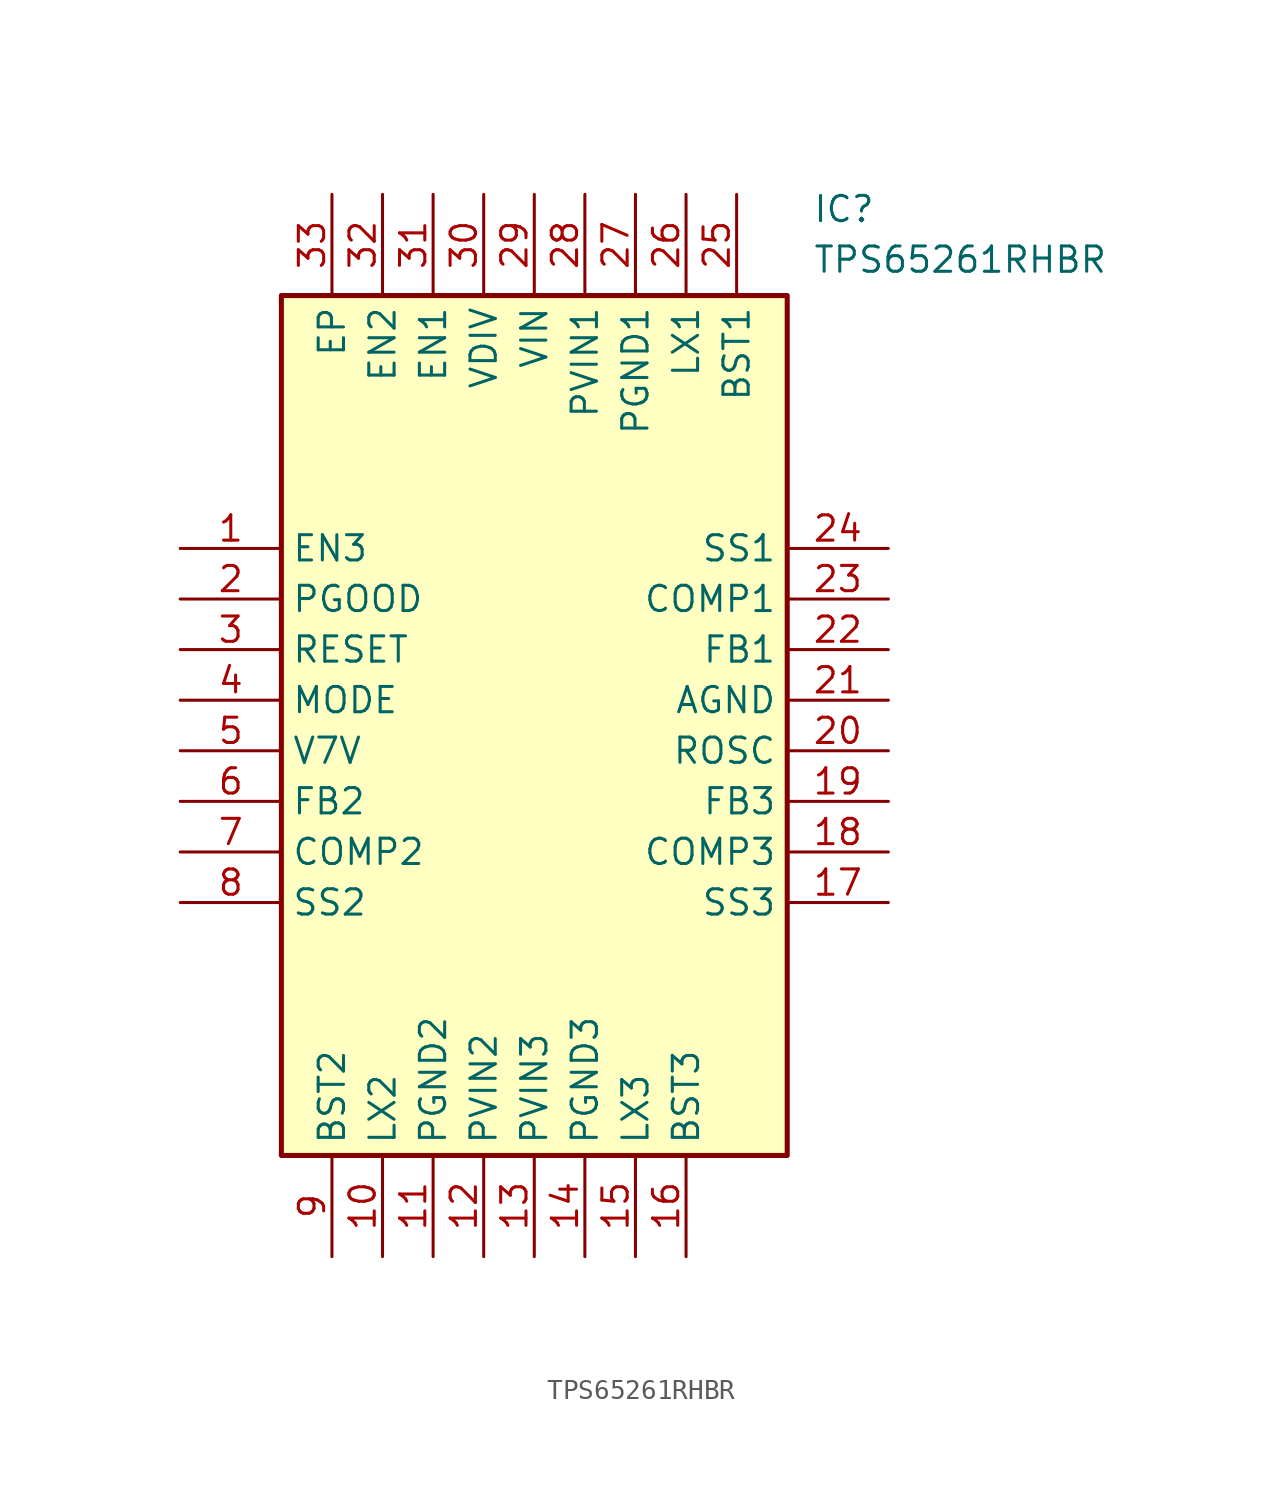
<source format=kicad_sym>
(kicad_symbol_lib
  (version 20211014)
  (generator SamacSys_ECAD_Model)
  (symbol "TPS65261RHBR"
    (property "Reference" "IC"
      (at 31.75 17.78 0)
      (effects (font (size 1.27 1.27)) (justify left top)))
    (property "Value" "TPS65261RHBR"
      (at 31.75 15.24 0)
      (effects (font (size 1.27 1.27)) (justify left top)))
    (rectangle
      (start 5.08 12.7)
      (end 30.48 -30.48)
      (stroke (width 0.254) (type default))
      (fill (type background)))
    (pin passive line
      (at 0 0 0)
      (length 5.08)
      (name "EN3" (effects (font (size 1.27 1.27))))
      (number "1" (effects (font (size 1.27 1.27)))))
    (pin passive line
      (at 0 -2.54 0)
      (length 5.08)
      (name "PGOOD" (effects (font (size 1.27 1.27))))
      (number "2" (effects (font (size 1.27 1.27)))))
    (pin passive line
      (at 0 -5.08 0)
      (length 5.08)
      (name "RESET" (effects (font (size 1.27 1.27))))
      (number "3" (effects (font (size 1.27 1.27)))))
    (pin passive line
      (at 0 -7.62 0)
      (length 5.08)
      (name "MODE" (effects (font (size 1.27 1.27))))
      (number "4" (effects (font (size 1.27 1.27)))))
    (pin passive line
      (at 0 -10.16 0)
      (length 5.08)
      (name "V7V" (effects (font (size 1.27 1.27))))
      (number "5" (effects (font (size 1.27 1.27)))))
    (pin passive line
      (at 0 -12.7 0)
      (length 5.08)
      (name "FB2" (effects (font (size 1.27 1.27))))
      (number "6" (effects (font (size 1.27 1.27)))))
    (pin passive line
      (at 0 -15.24 0)
      (length 5.08)
      (name "COMP2" (effects (font (size 1.27 1.27))))
      (number "7" (effects (font (size 1.27 1.27)))))
    (pin passive line
      (at 0 -17.78 0)
      (length 5.08)
      (name "SS2" (effects (font (size 1.27 1.27))))
      (number "8" (effects (font (size 1.27 1.27)))))
    (pin passive line
      (at 7.62 -35.56 90)
      (length 5.08)
      (name "BST2" (effects (font (size 1.27 1.27))))
      (number "9" (effects (font (size 1.27 1.27)))))
    (pin passive line
      (at 10.16 -35.56 90)
      (length 5.08)
      (name "LX2" (effects (font (size 1.27 1.27))))
      (number "10" (effects (font (size 1.27 1.27)))))
    (pin passive line
      (at 12.7 -35.56 90)
      (length 5.08)
      (name "PGND2" (effects (font (size 1.27 1.27))))
      (number "11" (effects (font (size 1.27 1.27)))))
    (pin passive line
      (at 15.24 -35.56 90)
      (length 5.08)
      (name "PVIN2" (effects (font (size 1.27 1.27))))
      (number "12" (effects (font (size 1.27 1.27)))))
    (pin passive line
      (at 17.78 -35.56 90)
      (length 5.08)
      (name "PVIN3" (effects (font (size 1.27 1.27))))
      (number "13" (effects (font (size 1.27 1.27)))))
    (pin passive line
      (at 20.32 -35.56 90)
      (length 5.08)
      (name "PGND3" (effects (font (size 1.27 1.27))))
      (number "14" (effects (font (size 1.27 1.27)))))
    (pin passive line
      (at 22.86 -35.56 90)
      (length 5.08)
      (name "LX3" (effects (font (size 1.27 1.27))))
      (number "15" (effects (font (size 1.27 1.27)))))
    (pin passive line
      (at 25.4 -35.56 90)
      (length 5.08)
      (name "BST3" (effects (font (size 1.27 1.27))))
      (number "16" (effects (font (size 1.27 1.27)))))
    (pin passive line
      (at 35.56 0 180)
      (length 5.08)
      (name "SS1" (effects (font (size 1.27 1.27))))
      (number "24" (effects (font (size 1.27 1.27)))))
    (pin passive line
      (at 35.56 -2.54 180)
      (length 5.08)
      (name "COMP1" (effects (font (size 1.27 1.27))))
      (number "23" (effects (font (size 1.27 1.27)))))
    (pin passive line
      (at 35.56 -5.08 180)
      (length 5.08)
      (name "FB1" (effects (font (size 1.27 1.27))))
      (number "22" (effects (font (size 1.27 1.27)))))
    (pin passive line
      (at 35.56 -7.62 180)
      (length 5.08)
      (name "AGND" (effects (font (size 1.27 1.27))))
      (number "21" (effects (font (size 1.27 1.27)))))
    (pin passive line
      (at 35.56 -10.16 180)
      (length 5.08)
      (name "ROSC" (effects (font (size 1.27 1.27))))
      (number "20" (effects (font (size 1.27 1.27)))))
    (pin passive line
      (at 35.56 -12.7 180)
      (length 5.08)
      (name "FB3" (effects (font (size 1.27 1.27))))
      (number "19" (effects (font (size 1.27 1.27)))))
    (pin passive line
      (at 35.56 -15.24 180)
      (length 5.08)
      (name "COMP3" (effects (font (size 1.27 1.27))))
      (number "18" (effects (font (size 1.27 1.27)))))
    (pin passive line
      (at 35.56 -17.78 180)
      (length 5.08)
      (name "SS3" (effects (font (size 1.27 1.27))))
      (number "17" (effects (font (size 1.27 1.27)))))
    (pin passive line
      (at 7.62 17.78 270)
      (length 5.08)
      (name "EP" (effects (font (size 1.27 1.27))))
      (number "33" (effects (font (size 1.27 1.27)))))
    (pin passive line
      (at 10.16 17.78 270)
      (length 5.08)
      (name "EN2" (effects (font (size 1.27 1.27))))
      (number "32" (effects (font (size 1.27 1.27)))))
    (pin passive line
      (at 12.7 17.78 270)
      (length 5.08)
      (name "EN1" (effects (font (size 1.27 1.27))))
      (number "31" (effects (font (size 1.27 1.27)))))
    (pin passive line
      (at 15.24 17.78 270)
      (length 5.08)
      (name "VDIV" (effects (font (size 1.27 1.27))))
      (number "30" (effects (font (size 1.27 1.27)))))
    (pin passive line
      (at 17.78 17.78 270)
      (length 5.08)
      (name "VIN" (effects (font (size 1.27 1.27))))
      (number "29" (effects (font (size 1.27 1.27)))))
    (pin passive line
      (at 20.32 17.78 270)
      (length 5.08)
      (name "PVIN1" (effects (font (size 1.27 1.27))))
      (number "28" (effects (font (size 1.27 1.27)))))
    (pin passive line
      (at 22.86 17.78 270)
      (length 5.08)
      (name "PGND1" (effects (font (size 1.27 1.27))))
      (number "27" (effects (font (size 1.27 1.27)))))
    (pin passive line
      (at 25.4 17.78 270)
      (length 5.08)
      (name "LX1" (effects (font (size 1.27 1.27))))
      (number "26" (effects (font (size 1.27 1.27)))))
    (pin passive line
      (at 27.94 17.78 270)
      (length 5.08)
      (name "BST1" (effects (font (size 1.27 1.27))))
      (number "25" (effects (font (size 1.27 1.27)))))))
</source>
